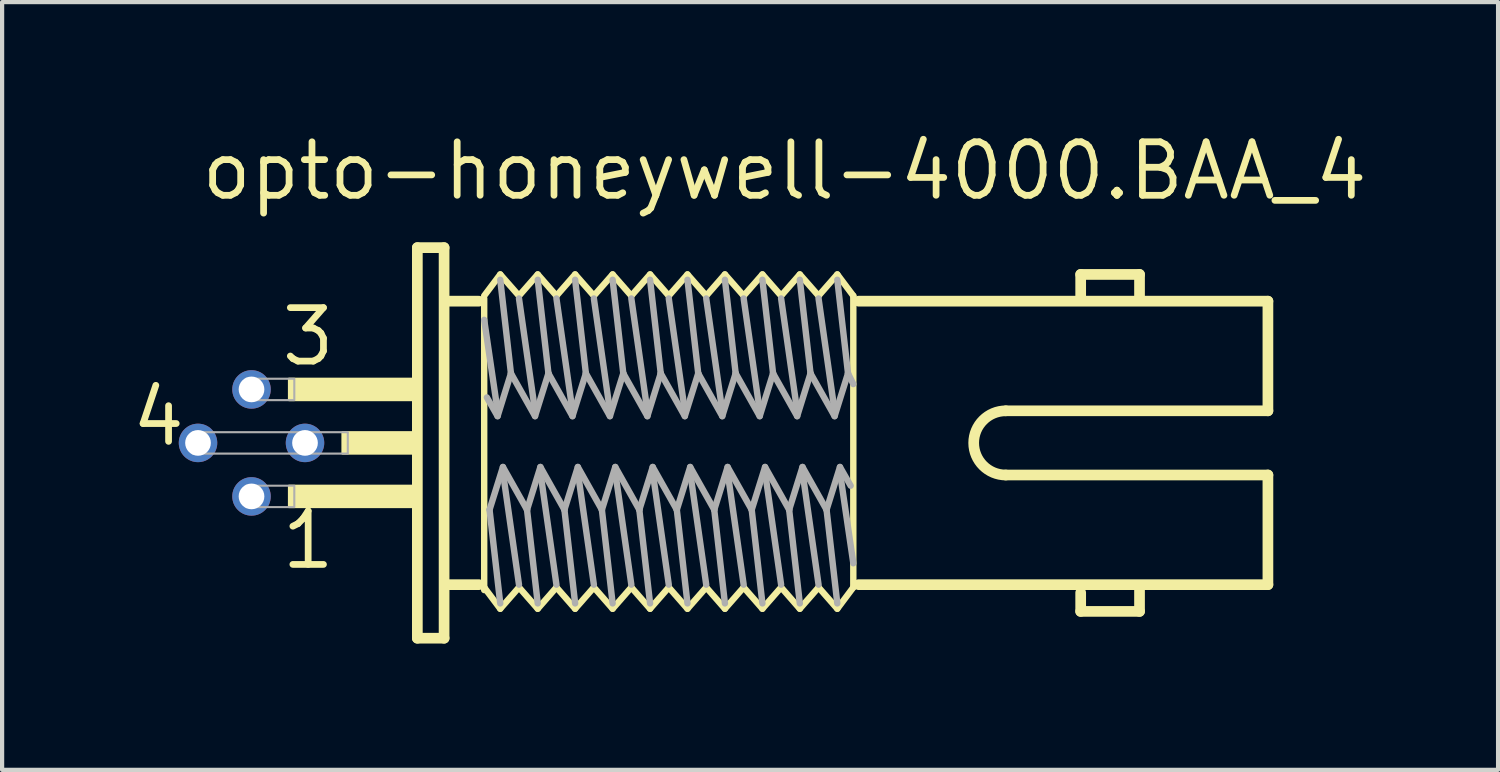
<source format=kicad_pcb>
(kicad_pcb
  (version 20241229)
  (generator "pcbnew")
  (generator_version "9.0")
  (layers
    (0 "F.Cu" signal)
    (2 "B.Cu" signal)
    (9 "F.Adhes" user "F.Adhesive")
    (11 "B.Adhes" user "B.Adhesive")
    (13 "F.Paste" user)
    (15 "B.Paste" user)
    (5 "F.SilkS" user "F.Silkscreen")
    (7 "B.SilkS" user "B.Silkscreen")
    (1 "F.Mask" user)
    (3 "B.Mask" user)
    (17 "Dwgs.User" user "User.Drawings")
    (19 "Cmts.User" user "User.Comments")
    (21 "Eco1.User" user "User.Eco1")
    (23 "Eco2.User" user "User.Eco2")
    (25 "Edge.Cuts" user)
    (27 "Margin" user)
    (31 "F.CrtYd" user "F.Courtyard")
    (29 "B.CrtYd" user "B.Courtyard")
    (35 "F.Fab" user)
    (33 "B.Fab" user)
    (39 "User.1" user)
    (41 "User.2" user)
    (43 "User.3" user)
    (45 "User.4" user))
  (footprint "opto-honeywell-4000.BAA_4"
    (layer "F.Cu")
    (at 6.731 7.465)
    (property "Reference" "opto-honeywell-4000.BAA_4" (at -5.08 -5.715 0) (layer "F.SilkS") (effects (font (size 1.27 1.27) (thickness 0.16)) (justify left bottom)))
    (attr through_hole)
    (fp_line (start 0.127 -4.636) (end 0.762 -4.636) (stroke (width 0.254) (type default)) (layer "F.SilkS"))
    (fp_line (start 0.127 4.636) (end 0.127 -4.636) (stroke (width 0.254) (type default)) (layer "F.SilkS"))
    (fp_line (start 0.762 -4.636) (end 0.762 4.636) (stroke (width 0.254) (type default)) (layer "F.SilkS"))
    (fp_line (start 0.762 4.636) (end 0.127 4.636) (stroke (width 0.254) (type default)) (layer "F.SilkS"))
    (fp_line (start 0.889 -3.365) (end 1.587 -3.365) (stroke (width 0.254) (type default)) (layer "F.SilkS"))
    (fp_line (start 0.889 3.365) (end 1.587 3.365) (stroke (width 0.254) (type default)) (layer "F.SilkS"))
    (fp_line (start 1.714 -3.493) (end 2.095 -4) (stroke (width 0.152) (type default)) (layer "F.SilkS"))
    (fp_line (start 1.714 3.429) (end 1.714 -3.429) (stroke (width 0.152) (type default)) (layer "F.SilkS"))
    (fp_line (start 1.714 3.493) (end 1.714 3.429) (stroke (width 0.152) (type default)) (layer "F.SilkS"))
    (fp_line (start 2.095 -4) (end 2.54 -3.493) (stroke (width 0.152) (type default)) (layer "F.SilkS"))
    (fp_line (start 2.095 3.937) (end 1.714 3.429) (stroke (width 0.152) (type default)) (layer "F.SilkS"))
    (fp_line (start 2.54 -3.493) (end 2.985 -4) (stroke (width 0.152) (type default)) (layer "F.SilkS"))
    (fp_line (start 2.54 3.429) (end 2.095 3.937) (stroke (width 0.152) (type default)) (layer "F.SilkS"))
    (fp_line (start 2.985 -4) (end 3.429 -3.493) (stroke (width 0.152) (type default)) (layer "F.SilkS"))
    (fp_line (start 2.985 3.937) (end 2.54 3.429) (stroke (width 0.152) (type default)) (layer "F.SilkS"))
    (fp_line (start 3.429 -3.493) (end 3.873 -4) (stroke (width 0.152) (type default)) (layer "F.SilkS"))
    (fp_line (start 3.429 3.429) (end 2.985 3.937) (stroke (width 0.152) (type default)) (layer "F.SilkS"))
    (fp_line (start 3.873 -4) (end 4.318 -3.493) (stroke (width 0.152) (type default)) (layer "F.SilkS"))
    (fp_line (start 3.873 3.937) (end 3.429 3.429) (stroke (width 0.152) (type default)) (layer "F.SilkS"))
    (fp_line (start 4.318 -3.493) (end 4.763 -4) (stroke (width 0.152) (type default)) (layer "F.SilkS"))
    (fp_line (start 4.318 3.429) (end 3.873 3.937) (stroke (width 0.152) (type default)) (layer "F.SilkS"))
    (fp_line (start 4.763 -4) (end 5.207 -3.493) (stroke (width 0.152) (type default)) (layer "F.SilkS"))
    (fp_line (start 4.763 3.937) (end 4.318 3.429) (stroke (width 0.152) (type default)) (layer "F.SilkS"))
    (fp_line (start 5.207 -3.493) (end 5.652 -4) (stroke (width 0.152) (type default)) (layer "F.SilkS"))
    (fp_line (start 5.207 3.429) (end 4.763 3.937) (stroke (width 0.152) (type default)) (layer "F.SilkS"))
    (fp_line (start 5.652 -4) (end 6.096 -3.493) (stroke (width 0.152) (type default)) (layer "F.SilkS"))
    (fp_line (start 5.652 3.937) (end 5.207 3.429) (stroke (width 0.152) (type default)) (layer "F.SilkS"))
    (fp_line (start 6.096 -3.493) (end 6.54 -4) (stroke (width 0.152) (type default)) (layer "F.SilkS"))
    (fp_line (start 6.096 3.429) (end 5.652 3.937) (stroke (width 0.152) (type default)) (layer "F.SilkS"))
    (fp_line (start 6.54 -4) (end 6.985 -3.493) (stroke (width 0.152) (type default)) (layer "F.SilkS"))
    (fp_line (start 6.54 3.937) (end 6.096 3.429) (stroke (width 0.152) (type default)) (layer "F.SilkS"))
    (fp_line (start 6.985 -3.493) (end 7.429 -4) (stroke (width 0.152) (type default)) (layer "F.SilkS"))
    (fp_line (start 6.985 3.429) (end 6.54 3.937) (stroke (width 0.152) (type default)) (layer "F.SilkS"))
    (fp_line (start 7.429 -4) (end 7.874 -3.493) (stroke (width 0.152) (type default)) (layer "F.SilkS"))
    (fp_line (start 7.429 3.937) (end 6.985 3.429) (stroke (width 0.152) (type default)) (layer "F.SilkS"))
    (fp_line (start 7.874 -3.493) (end 8.319 -4) (stroke (width 0.152) (type default)) (layer "F.SilkS"))
    (fp_line (start 7.874 3.429) (end 7.429 3.937) (stroke (width 0.152) (type default)) (layer "F.SilkS"))
    (fp_line (start 8.319 -4) (end 8.763 -3.493) (stroke (width 0.152) (type default)) (layer "F.SilkS"))
    (fp_line (start 8.319 3.937) (end 7.874 3.429) (stroke (width 0.152) (type default)) (layer "F.SilkS"))
    (fp_line (start 8.763 -3.493) (end 9.207 -4) (stroke (width 0.152) (type default)) (layer "F.SilkS"))
    (fp_line (start 8.763 3.429) (end 8.319 3.937) (stroke (width 0.152) (type default)) (layer "F.SilkS"))
    (fp_line (start 9.207 -4) (end 9.652 -3.493) (stroke (width 0.152) (type default)) (layer "F.SilkS"))
    (fp_line (start 9.207 3.937) (end 8.763 3.429) (stroke (width 0.152) (type default)) (layer "F.SilkS"))
    (fp_line (start 9.652 -3.493) (end 10.097 -4) (stroke (width 0.152) (type default)) (layer "F.SilkS"))
    (fp_line (start 9.652 3.429) (end 9.207 3.937) (stroke (width 0.152) (type default)) (layer "F.SilkS"))
    (fp_line (start 10.097 -4) (end 10.477 -3.493) (stroke (width 0.152) (type default)) (layer "F.SilkS"))
    (fp_line (start 10.097 3.937) (end 9.652 3.429) (stroke (width 0.152) (type default)) (layer "F.SilkS"))
    (fp_line (start 10.477 -3.493) (end 10.477 3.429) (stroke (width 0.152) (type default)) (layer "F.SilkS"))
    (fp_line (start 10.477 3.429) (end 10.097 3.937) (stroke (width 0.152) (type default)) (layer "F.SilkS"))
    (fp_line (start 10.604 -3.365) (end 20.32 -3.365) (stroke (width 0.254) (type default)) (layer "F.SilkS"))
    (fp_line (start 14.097 0.762) (end 20.32 0.762) (stroke (width 0.254) (type default)) (layer "F.SilkS"))
    (fp_line (start 15.875 -4) (end 17.272 -4) (stroke (width 0.254) (type default)) (layer "F.SilkS"))
    (fp_line (start 15.875 -3.429) (end 15.875 -4) (stroke (width 0.254) (type default)) (layer "F.SilkS"))
    (fp_line (start 15.875 3.556) (end 15.875 4) (stroke (width 0.254) (type default)) (layer "F.SilkS"))
    (fp_line (start 15.875 4) (end 17.272 4) (stroke (width 0.254) (type default)) (layer "F.SilkS"))
    (fp_line (start 17.272 -4) (end 17.272 -3.493) (stroke (width 0.254) (type default)) (layer "F.SilkS"))
    (fp_line (start 17.272 4) (end 17.272 3.493) (stroke (width 0.254) (type default)) (layer "F.SilkS"))
    (fp_line (start 20.32 -3.365) (end 20.32 -0.762) (stroke (width 0.254) (type default)) (layer "F.SilkS"))
    (fp_line (start 20.32 -0.762) (end 14.097 -0.762) (stroke (width 0.254) (type default)) (layer "F.SilkS"))
    (fp_line (start 20.32 0.762) (end 20.32 3.365) (stroke (width 0.254) (type default)) (layer "F.SilkS"))
    (fp_line (start 20.32 3.365) (end 10.604 3.365) (stroke (width 0.254) (type default)) (layer "F.SilkS"))
    (fp_rect (start -2.921 -1.016) (end 0 -1.524) (stroke (width 0.05) (type default)) (fill yes) (layer "F.SilkS"))
    (fp_rect (start -2.921 1.524) (end 0 1.016) (stroke (width 0.05) (type default)) (fill yes) (layer "F.SilkS"))
    (fp_rect (start -1.651 0.254) (end 0 -0.254) (stroke (width 0.05) (type default)) (fill yes) (layer "F.SilkS"))
    (fp_arc (start 14.097 0.762) (mid 13.335 0) (end 14.097 -0.762) (stroke (width 0.254) (type default)) (layer "F.SilkS"))
    (fp_line (start 1.714 -2.921) (end 2.032 -0.762) (stroke (width 0.152) (type default)) (layer "F.Fab"))
    (fp_line (start 1.778 -1.079) (end 2.032 -0.635) (stroke (width 0.152) (type default)) (layer "F.Fab"))
    (fp_line (start 2.032 -0.635) (end 2.349 -1.651) (stroke (width 0.152) (type default)) (layer "F.Fab"))
    (fp_line (start 2.095 -3.873) (end 2.349 -1.651) (stroke (width 0.152) (type default)) (layer "F.Fab"))
    (fp_line (start 2.095 3.81) (end 1.841 1.587) (stroke (width 0.152) (type default)) (layer "F.Fab"))
    (fp_line (start 2.159 0.572) (end 1.841 1.587) (stroke (width 0.152) (type default)) (layer "F.Fab"))
    (fp_line (start 2.349 -1.651) (end 2.921 -0.635) (stroke (width 0.152) (type default)) (layer "F.Fab"))
    (fp_line (start 2.54 -3.429) (end 2.921 -0.762) (stroke (width 0.152) (type default)) (layer "F.Fab"))
    (fp_line (start 2.54 3.365) (end 2.159 0.699) (stroke (width 0.152) (type default)) (layer "F.Fab"))
    (fp_line (start 2.731 1.587) (end 2.159 0.572) (stroke (width 0.152) (type default)) (layer "F.Fab"))
    (fp_line (start 2.921 -0.635) (end 3.239 -1.651) (stroke (width 0.152) (type default)) (layer "F.Fab"))
    (fp_line (start 2.985 -3.873) (end 3.239 -1.651) (stroke (width 0.152) (type default)) (layer "F.Fab"))
    (fp_line (start 2.985 3.81) (end 2.731 1.587) (stroke (width 0.152) (type default)) (layer "F.Fab"))
    (fp_line (start 3.048 0.572) (end 2.731 1.587) (stroke (width 0.152) (type default)) (layer "F.Fab"))
    (fp_line (start 3.239 -1.651) (end 3.81 -0.635) (stroke (width 0.152) (type default)) (layer "F.Fab"))
    (fp_line (start 3.429 -3.429) (end 3.81 -0.762) (stroke (width 0.152) (type default)) (layer "F.Fab"))
    (fp_line (start 3.429 3.365) (end 3.048 0.699) (stroke (width 0.152) (type default)) (layer "F.Fab"))
    (fp_line (start 3.619 1.587) (end 3.048 0.572) (stroke (width 0.152) (type default)) (layer "F.Fab"))
    (fp_line (start 3.81 -0.635) (end 4.128 -1.651) (stroke (width 0.152) (type default)) (layer "F.Fab"))
    (fp_line (start 3.873 -3.873) (end 4.128 -1.651) (stroke (width 0.152) (type default)) (layer "F.Fab"))
    (fp_line (start 3.873 3.81) (end 3.619 1.587) (stroke (width 0.152) (type default)) (layer "F.Fab"))
    (fp_line (start 3.937 0.572) (end 3.619 1.587) (stroke (width 0.152) (type default)) (layer "F.Fab"))
    (fp_line (start 4.128 -1.651) (end 4.699 -0.635) (stroke (width 0.152) (type default)) (layer "F.Fab"))
    (fp_line (start 4.318 -3.429) (end 4.699 -0.762) (stroke (width 0.152) (type default)) (layer "F.Fab"))
    (fp_line (start 4.318 3.365) (end 3.937 0.699) (stroke (width 0.152) (type default)) (layer "F.Fab"))
    (fp_line (start 4.508 1.587) (end 3.937 0.572) (stroke (width 0.152) (type default)) (layer "F.Fab"))
    (fp_line (start 4.699 -0.635) (end 5.016 -1.651) (stroke (width 0.152) (type default)) (layer "F.Fab"))
    (fp_line (start 4.763 -3.873) (end 5.016 -1.651) (stroke (width 0.152) (type default)) (layer "F.Fab"))
    (fp_line (start 4.763 3.81) (end 4.508 1.587) (stroke (width 0.152) (type default)) (layer "F.Fab"))
    (fp_line (start 4.826 0.572) (end 4.508 1.587) (stroke (width 0.152) (type default)) (layer "F.Fab"))
    (fp_line (start 5.016 -1.651) (end 5.588 -0.635) (stroke (width 0.152) (type default)) (layer "F.Fab"))
    (fp_line (start 5.207 -3.429) (end 5.588 -0.762) (stroke (width 0.152) (type default)) (layer "F.Fab"))
    (fp_line (start 5.207 3.365) (end 4.826 0.699) (stroke (width 0.152) (type default)) (layer "F.Fab"))
    (fp_line (start 5.397 1.587) (end 4.826 0.572) (stroke (width 0.152) (type default)) (layer "F.Fab"))
    (fp_line (start 5.588 -0.635) (end 5.905 -1.651) (stroke (width 0.152) (type default)) (layer "F.Fab"))
    (fp_line (start 5.652 -3.873) (end 5.905 -1.651) (stroke (width 0.152) (type default)) (layer "F.Fab"))
    (fp_line (start 5.652 3.81) (end 5.397 1.587) (stroke (width 0.152) (type default)) (layer "F.Fab"))
    (fp_line (start 5.715 0.572) (end 5.397 1.587) (stroke (width 0.152) (type default)) (layer "F.Fab"))
    (fp_line (start 5.905 -1.651) (end 6.477 -0.635) (stroke (width 0.152) (type default)) (layer "F.Fab"))
    (fp_line (start 6.096 -3.429) (end 6.477 -0.762) (stroke (width 0.152) (type default)) (layer "F.Fab"))
    (fp_line (start 6.096 3.365) (end 5.715 0.699) (stroke (width 0.152) (type default)) (layer "F.Fab"))
    (fp_line (start 6.287 1.587) (end 5.715 0.572) (stroke (width 0.152) (type default)) (layer "F.Fab"))
    (fp_line (start 6.477 -0.635) (end 6.795 -1.651) (stroke (width 0.152) (type default)) (layer "F.Fab"))
    (fp_line (start 6.54 -3.873) (end 6.795 -1.651) (stroke (width 0.152) (type default)) (layer "F.Fab"))
    (fp_line (start 6.54 3.81) (end 6.287 1.587) (stroke (width 0.152) (type default)) (layer "F.Fab"))
    (fp_line (start 6.604 0.572) (end 6.287 1.587) (stroke (width 0.152) (type default)) (layer "F.Fab"))
    (fp_line (start 6.795 -1.651) (end 7.366 -0.635) (stroke (width 0.152) (type default)) (layer "F.Fab"))
    (fp_line (start 6.985 -3.429) (end 7.366 -0.762) (stroke (width 0.152) (type default)) (layer "F.Fab"))
    (fp_line (start 6.985 3.365) (end 6.604 0.699) (stroke (width 0.152) (type default)) (layer "F.Fab"))
    (fp_line (start 7.176 1.587) (end 6.604 0.572) (stroke (width 0.152) (type default)) (layer "F.Fab"))
    (fp_line (start 7.366 -0.635) (end 7.684 -1.651) (stroke (width 0.152) (type default)) (layer "F.Fab"))
    (fp_line (start 7.429 -3.873) (end 7.684 -1.651) (stroke (width 0.152) (type default)) (layer "F.Fab"))
    (fp_line (start 7.429 3.81) (end 7.176 1.587) (stroke (width 0.152) (type default)) (layer "F.Fab"))
    (fp_line (start 7.493 0.572) (end 7.176 1.587) (stroke (width 0.152) (type default)) (layer "F.Fab"))
    (fp_line (start 7.684 -1.651) (end 8.255 -0.635) (stroke (width 0.152) (type default)) (layer "F.Fab"))
    (fp_line (start 7.874 -3.429) (end 8.255 -0.762) (stroke (width 0.152) (type default)) (layer "F.Fab"))
    (fp_line (start 7.874 3.365) (end 7.493 0.699) (stroke (width 0.152) (type default)) (layer "F.Fab"))
    (fp_line (start 8.065 1.587) (end 7.493 0.572) (stroke (width 0.152) (type default)) (layer "F.Fab"))
    (fp_line (start 8.255 -0.635) (end 8.572 -1.651) (stroke (width 0.152) (type default)) (layer "F.Fab"))
    (fp_line (start 8.319 -3.873) (end 8.572 -1.651) (stroke (width 0.152) (type default)) (layer "F.Fab"))
    (fp_line (start 8.319 3.81) (end 8.065 1.587) (stroke (width 0.152) (type default)) (layer "F.Fab"))
    (fp_line (start 8.382 0.572) (end 8.065 1.587) (stroke (width 0.152) (type default)) (layer "F.Fab"))
    (fp_line (start 8.572 -1.651) (end 9.144 -0.635) (stroke (width 0.152) (type default)) (layer "F.Fab"))
    (fp_line (start 8.763 -3.429) (end 9.144 -0.762) (stroke (width 0.152) (type default)) (layer "F.Fab"))
    (fp_line (start 8.763 3.365) (end 8.382 0.699) (stroke (width 0.152) (type default)) (layer "F.Fab"))
    (fp_line (start 8.954 1.587) (end 8.382 0.572) (stroke (width 0.152) (type default)) (layer "F.Fab"))
    (fp_line (start 9.144 -0.635) (end 9.461 -1.651) (stroke (width 0.152) (type default)) (layer "F.Fab"))
    (fp_line (start 9.207 -3.873) (end 9.461 -1.651) (stroke (width 0.152) (type default)) (layer "F.Fab"))
    (fp_line (start 9.207 3.81) (end 8.954 1.587) (stroke (width 0.152) (type default)) (layer "F.Fab"))
    (fp_line (start 9.271 0.572) (end 8.954 1.587) (stroke (width 0.152) (type default)) (layer "F.Fab"))
    (fp_line (start 9.461 -1.651) (end 10.033 -0.635) (stroke (width 0.152) (type default)) (layer "F.Fab"))
    (fp_line (start 9.652 -3.429) (end 10.033 -0.762) (stroke (width 0.152) (type default)) (layer "F.Fab"))
    (fp_line (start 9.652 3.365) (end 9.271 0.699) (stroke (width 0.152) (type default)) (layer "F.Fab"))
    (fp_line (start 9.842 1.587) (end 9.271 0.572) (stroke (width 0.152) (type default)) (layer "F.Fab"))
    (fp_line (start 10.033 -0.635) (end 10.351 -1.651) (stroke (width 0.152) (type default)) (layer "F.Fab"))
    (fp_line (start 10.097 -3.873) (end 10.351 -1.651) (stroke (width 0.152) (type default)) (layer "F.Fab"))
    (fp_line (start 10.097 3.81) (end 9.842 1.587) (stroke (width 0.152) (type default)) (layer "F.Fab"))
    (fp_line (start 10.16 0.572) (end 9.842 1.587) (stroke (width 0.152) (type default)) (layer "F.Fab"))
    (fp_line (start 10.351 -1.651) (end 10.477 -1.397) (stroke (width 0.152) (type default)) (layer "F.Fab"))
    (fp_line (start 10.414 1.016) (end 10.16 0.572) (stroke (width 0.152) (type default)) (layer "F.Fab"))
    (fp_line (start 10.477 2.857) (end 10.16 0.699) (stroke (width 0.152) (type default)) (layer "F.Fab"))
    (fp_rect (start -5.207 0.254) (end -2.54 -0.254) (stroke (width 0.05) (type default)) (fill no) (layer "F.Fab"))
    (fp_rect (start -3.937 -1.016) (end -2.794 -1.524) (stroke (width 0.05) (type default)) (fill no) (layer "F.Fab"))
    (fp_rect (start -3.937 1.524) (end -2.794 1.016) (stroke (width 0.05) (type default)) (fill no) (layer "F.Fab"))
    (fp_rect (start -2.667 0.254) (end -1.524 -0.254) (stroke (width 0.05) (type default)) (fill no) (layer "F.Fab"))
    (fp_text user "4" (at -6.731 0.127 0) (layer "F.SilkS") (effects (font (size 1.27 1.27) (thickness 0.16)) (justify left bottom)))
    (fp_text user "1" (at -3.175 3.048 0) (layer "F.SilkS") (effects (font (size 1.27 1.27) (thickness 0.16)) (justify left bottom)))
    (fp_text user "3" (at -3.175 -1.778 0) (layer "F.SilkS") (effects (font (size 1.27 1.27) (thickness 0.16)) (justify left bottom)))
    (pad "1" thru_hole circle (at -3.81 1.27) (size 0.914 0.914) (drill 0.61) (layers "*.Cu" "*.Mask"))
    (pad "2" thru_hole circle (at -2.54 0) (size 0.914 0.914) (drill 0.61) (layers "*.Cu" "*.Mask"))
    (pad "3" thru_hole circle (at -3.81 -1.27) (size 0.914 0.914) (drill 0.61) (layers "*.Cu" "*.Mask"))
    (pad "4" thru_hole circle (at -5.08 0) (size 0.914 0.914) (drill 0.61) (layers "*.Cu" "*.Mask")))
  (gr_rect
    (start -3 -3)
    (end 32.515 15.227)
    (stroke (width 0.1) (type default))
    (fill no)
    (layer "Edge.Cuts")))
</source>
